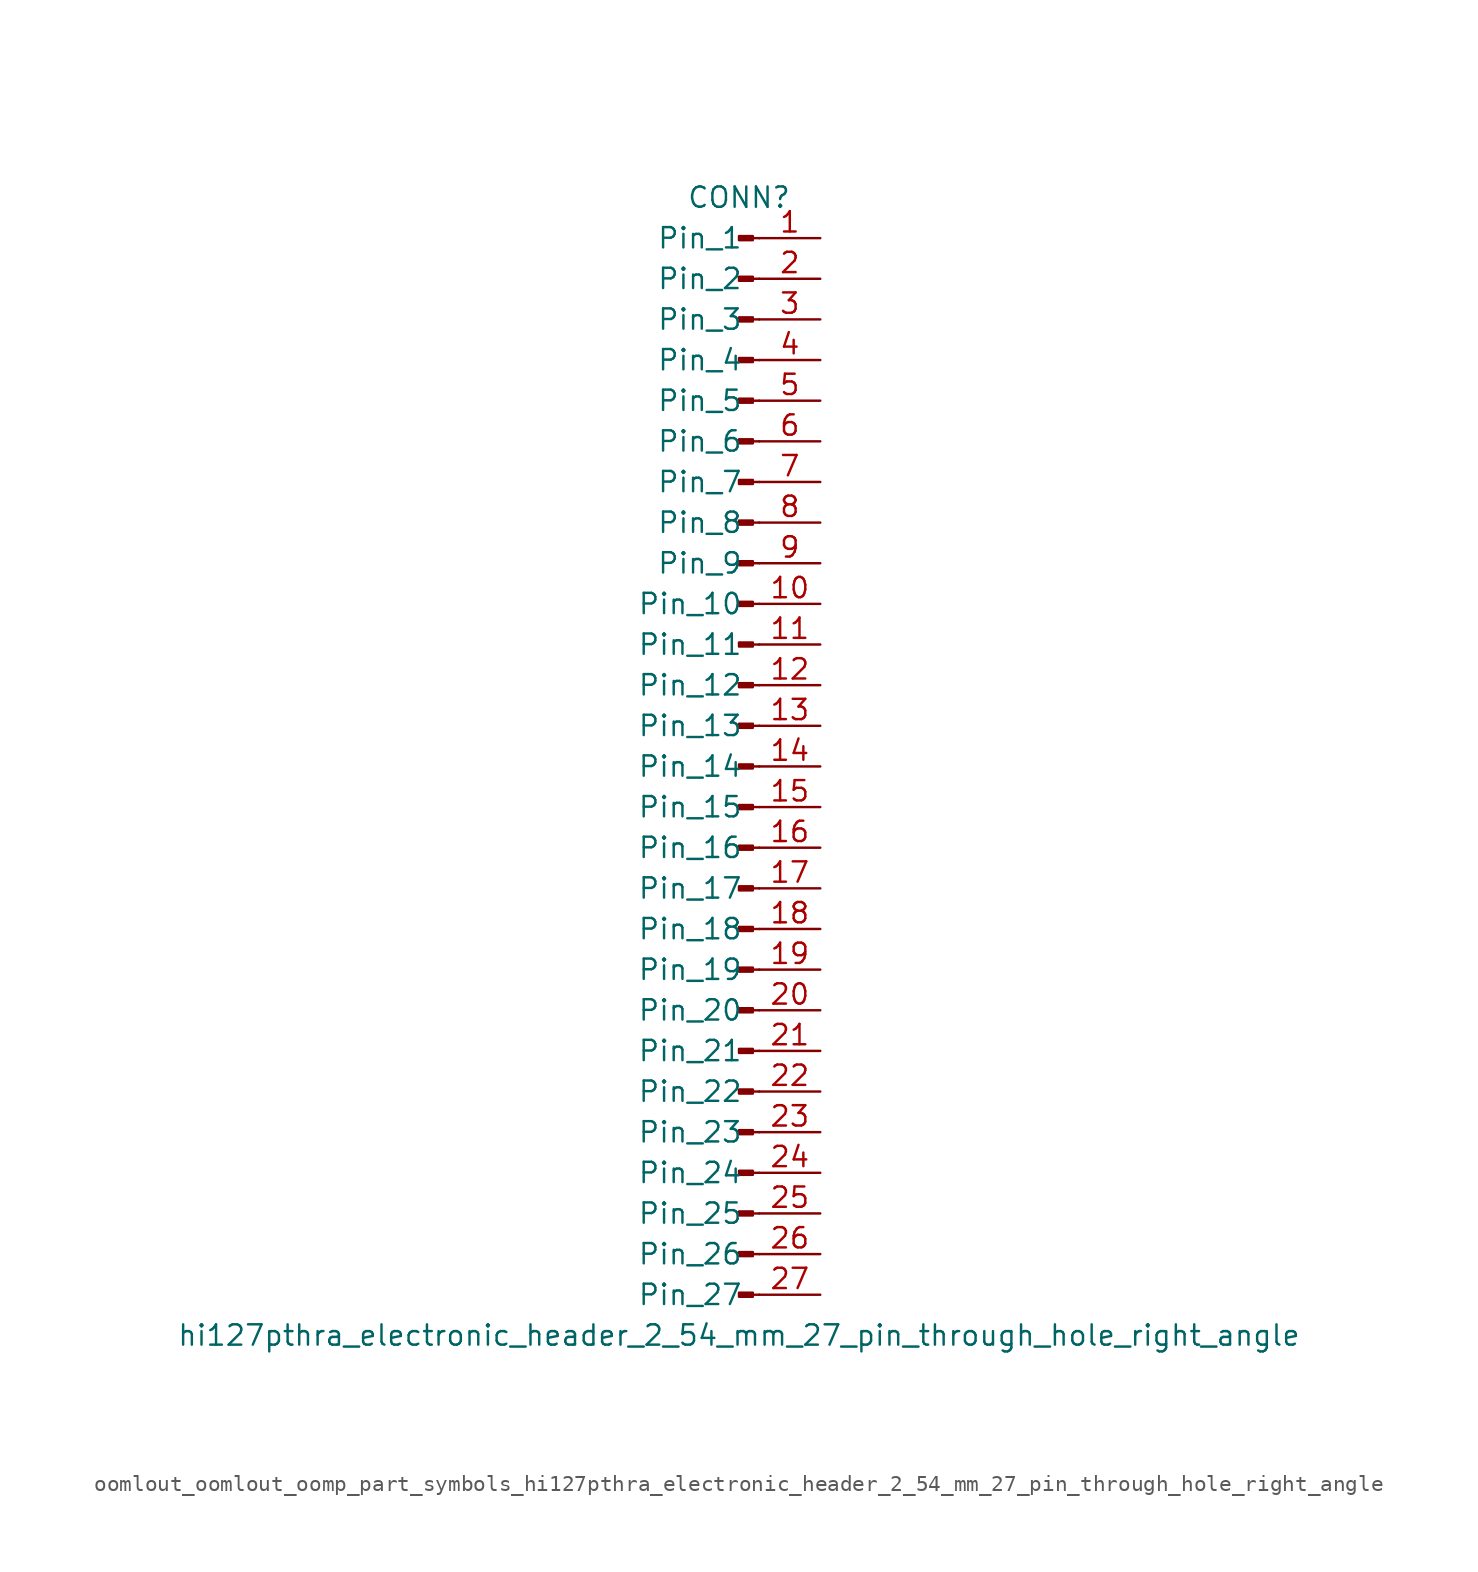
<source format=kicad_sym>
(kicad_symbol_lib
  (version 20220914)
  (generator kicad_symbol_editor)
  (symbol "oomlout_oomlout_oomp_part_symbols_hi127pthra_electronic_header_2_54_mm_27_pin_through_hole_right_angle"
    (pin_names
      (offset 1.016))
    (property "Reference" "CONN"
      (at 0 35.56 0)
      (effects (font (size 1.27 1.27))))
    (property "Value" "hi127pthra_electronic_header_2_54_mm_27_pin_through_hole_right_angle"
      (at 0 -35.56 0)
      (effects (font (size 1.27 1.27))))
    (property "ki_locked" ""
      (at 0 0 0)
      (effects (font (size 1.27 1.27))))
    (symbol "oomlout_oomlout_oomp_part_symbols_hi127pthra_electronic_header_2_54_mm_27_pin_through_hole_right_angle_1_1"
      (polyline (pts (xy 1.27 -33.02) (xy 0.864 -33.02)) (stroke (width 0.152) (type default)) (fill (type none)))
      (polyline (pts (xy 1.27 -30.48) (xy 0.864 -30.48)) (stroke (width 0.152) (type default)) (fill (type none)))
      (polyline (pts (xy 1.27 -27.94) (xy 0.864 -27.94)) (stroke (width 0.152) (type default)) (fill (type none)))
      (polyline (pts (xy 1.27 -25.4) (xy 0.864 -25.4)) (stroke (width 0.152) (type default)) (fill (type none)))
      (polyline (pts (xy 1.27 -22.86) (xy 0.864 -22.86)) (stroke (width 0.152) (type default)) (fill (type none)))
      (polyline (pts (xy 1.27 -20.32) (xy 0.864 -20.32)) (stroke (width 0.152) (type default)) (fill (type none)))
      (polyline (pts (xy 1.27 -17.78) (xy 0.864 -17.78)) (stroke (width 0.152) (type default)) (fill (type none)))
      (polyline (pts (xy 1.27 -15.24) (xy 0.864 -15.24)) (stroke (width 0.152) (type default)) (fill (type none)))
      (polyline (pts (xy 1.27 -12.7) (xy 0.864 -12.7)) (stroke (width 0.152) (type default)) (fill (type none)))
      (polyline (pts (xy 1.27 -10.16) (xy 0.864 -10.16)) (stroke (width 0.152) (type default)) (fill (type none)))
      (polyline (pts (xy 1.27 -7.62) (xy 0.864 -7.62)) (stroke (width 0.152) (type default)) (fill (type none)))
      (polyline (pts (xy 1.27 -5.08) (xy 0.864 -5.08)) (stroke (width 0.152) (type default)) (fill (type none)))
      (polyline (pts (xy 1.27 -2.54) (xy 0.864 -2.54)) (stroke (width 0.152) (type default)) (fill (type none)))
      (polyline (pts (xy 1.27 0) (xy 0.864 0)) (stroke (width 0.152) (type default)) (fill (type none)))
      (polyline (pts (xy 1.27 2.54) (xy 0.864 2.54)) (stroke (width 0.152) (type default)) (fill (type none)))
      (polyline (pts (xy 1.27 5.08) (xy 0.864 5.08)) (stroke (width 0.152) (type default)) (fill (type none)))
      (polyline (pts (xy 1.27 7.62) (xy 0.864 7.62)) (stroke (width 0.152) (type default)) (fill (type none)))
      (polyline (pts (xy 1.27 10.16) (xy 0.864 10.16)) (stroke (width 0.152) (type default)) (fill (type none)))
      (polyline (pts (xy 1.27 12.7) (xy 0.864 12.7)) (stroke (width 0.152) (type default)) (fill (type none)))
      (polyline (pts (xy 1.27 15.24) (xy 0.864 15.24)) (stroke (width 0.152) (type default)) (fill (type none)))
      (polyline (pts (xy 1.27 17.78) (xy 0.864 17.78)) (stroke (width 0.152) (type default)) (fill (type none)))
      (polyline (pts (xy 1.27 20.32) (xy 0.864 20.32)) (stroke (width 0.152) (type default)) (fill (type none)))
      (polyline (pts (xy 1.27 22.86) (xy 0.864 22.86)) (stroke (width 0.152) (type default)) (fill (type none)))
      (polyline (pts (xy 1.27 25.4) (xy 0.864 25.4)) (stroke (width 0.152) (type default)) (fill (type none)))
      (polyline (pts (xy 1.27 27.94) (xy 0.864 27.94)) (stroke (width 0.152) (type default)) (fill (type none)))
      (polyline (pts (xy 1.27 30.48) (xy 0.864 30.48)) (stroke (width 0.152) (type default)) (fill (type none)))
      (polyline (pts (xy 1.27 33.02) (xy 0.864 33.02)) (stroke (width 0.152) (type default)) (fill (type none)))
      (rectangle (start 0.864 -32.893) (end 0 -33.147) (stroke (width 0.152) (type default)) (fill (type outline)))
      (rectangle (start 0.864 -30.353) (end 0 -30.607) (stroke (width 0.152) (type default)) (fill (type outline)))
      (rectangle (start 0.864 -27.813) (end 0 -28.067) (stroke (width 0.152) (type default)) (fill (type outline)))
      (rectangle (start 0.864 -25.273) (end 0 -25.527) (stroke (width 0.152) (type default)) (fill (type outline)))
      (rectangle (start 0.864 -22.733) (end 0 -22.987) (stroke (width 0.152) (type default)) (fill (type outline)))
      (rectangle (start 0.864 -20.193) (end 0 -20.447) (stroke (width 0.152) (type default)) (fill (type outline)))
      (rectangle (start 0.864 -17.653) (end 0 -17.907) (stroke (width 0.152) (type default)) (fill (type outline)))
      (rectangle (start 0.864 -15.113) (end 0 -15.367) (stroke (width 0.152) (type default)) (fill (type outline)))
      (rectangle (start 0.864 -12.573) (end 0 -12.827) (stroke (width 0.152) (type default)) (fill (type outline)))
      (rectangle (start 0.864 -10.033) (end 0 -10.287) (stroke (width 0.152) (type default)) (fill (type outline)))
      (rectangle (start 0.864 -7.493) (end 0 -7.747) (stroke (width 0.152) (type default)) (fill (type outline)))
      (rectangle (start 0.864 -4.953) (end 0 -5.207) (stroke (width 0.152) (type default)) (fill (type outline)))
      (rectangle (start 0.864 -2.413) (end 0 -2.667) (stroke (width 0.152) (type default)) (fill (type outline)))
      (rectangle (start 0.864 0.127) (end 0 -0.127) (stroke (width 0.152) (type default)) (fill (type outline)))
      (rectangle (start 0.864 2.667) (end 0 2.413) (stroke (width 0.152) (type default)) (fill (type outline)))
      (rectangle (start 0.864 5.207) (end 0 4.953) (stroke (width 0.152) (type default)) (fill (type outline)))
      (rectangle (start 0.864 7.747) (end 0 7.493) (stroke (width 0.152) (type default)) (fill (type outline)))
      (rectangle (start 0.864 10.287) (end 0 10.033) (stroke (width 0.152) (type default)) (fill (type outline)))
      (rectangle (start 0.864 12.827) (end 0 12.573) (stroke (width 0.152) (type default)) (fill (type outline)))
      (rectangle (start 0.864 15.367) (end 0 15.113) (stroke (width 0.152) (type default)) (fill (type outline)))
      (rectangle (start 0.864 17.907) (end 0 17.653) (stroke (width 0.152) (type default)) (fill (type outline)))
      (rectangle (start 0.864 20.447) (end 0 20.193) (stroke (width 0.152) (type default)) (fill (type outline)))
      (rectangle (start 0.864 22.987) (end 0 22.733) (stroke (width 0.152) (type default)) (fill (type outline)))
      (rectangle (start 0.864 25.527) (end 0 25.273) (stroke (width 0.152) (type default)) (fill (type outline)))
      (rectangle (start 0.864 28.067) (end 0 27.813) (stroke (width 0.152) (type default)) (fill (type outline)))
      (rectangle (start 0.864 30.607) (end 0 30.353) (stroke (width 0.152) (type default)) (fill (type outline)))
      (rectangle (start 0.864 33.147) (end 0 32.893) (stroke (width 0.152) (type default)) (fill (type outline)))
      (pin passive line (at 5.08 33.02 180) (length 3.81) (name "Pin_1" (effects (font (size 1.27 1.27)))) (number "1" (effects (font (size 1.27 1.27)))))
      (pin passive line (at 5.08 10.16 180) (length 3.81) (name "Pin_10" (effects (font (size 1.27 1.27)))) (number "10" (effects (font (size 1.27 1.27)))))
      (pin passive line (at 5.08 7.62 180) (length 3.81) (name "Pin_11" (effects (font (size 1.27 1.27)))) (number "11" (effects (font (size 1.27 1.27)))))
      (pin passive line (at 5.08 5.08 180) (length 3.81) (name "Pin_12" (effects (font (size 1.27 1.27)))) (number "12" (effects (font (size 1.27 1.27)))))
      (pin passive line (at 5.08 2.54 180) (length 3.81) (name "Pin_13" (effects (font (size 1.27 1.27)))) (number "13" (effects (font (size 1.27 1.27)))))
      (pin passive line (at 5.08 0 180) (length 3.81) (name "Pin_14" (effects (font (size 1.27 1.27)))) (number "14" (effects (font (size 1.27 1.27)))))
      (pin passive line (at 5.08 -2.54 180) (length 3.81) (name "Pin_15" (effects (font (size 1.27 1.27)))) (number "15" (effects (font (size 1.27 1.27)))))
      (pin passive line (at 5.08 -5.08 180) (length 3.81) (name "Pin_16" (effects (font (size 1.27 1.27)))) (number "16" (effects (font (size 1.27 1.27)))))
      (pin passive line (at 5.08 -7.62 180) (length 3.81) (name "Pin_17" (effects (font (size 1.27 1.27)))) (number "17" (effects (font (size 1.27 1.27)))))
      (pin passive line (at 5.08 -10.16 180) (length 3.81) (name "Pin_18" (effects (font (size 1.27 1.27)))) (number "18" (effects (font (size 1.27 1.27)))))
      (pin passive line (at 5.08 -12.7 180) (length 3.81) (name "Pin_19" (effects (font (size 1.27 1.27)))) (number "19" (effects (font (size 1.27 1.27)))))
      (pin passive line (at 5.08 30.48 180) (length 3.81) (name "Pin_2" (effects (font (size 1.27 1.27)))) (number "2" (effects (font (size 1.27 1.27)))))
      (pin passive line (at 5.08 -15.24 180) (length 3.81) (name "Pin_20" (effects (font (size 1.27 1.27)))) (number "20" (effects (font (size 1.27 1.27)))))
      (pin passive line (at 5.08 -17.78 180) (length 3.81) (name "Pin_21" (effects (font (size 1.27 1.27)))) (number "21" (effects (font (size 1.27 1.27)))))
      (pin passive line (at 5.08 -20.32 180) (length 3.81) (name "Pin_22" (effects (font (size 1.27 1.27)))) (number "22" (effects (font (size 1.27 1.27)))))
      (pin passive line (at 5.08 -22.86 180) (length 3.81) (name "Pin_23" (effects (font (size 1.27 1.27)))) (number "23" (effects (font (size 1.27 1.27)))))
      (pin passive line (at 5.08 -25.4 180) (length 3.81) (name "Pin_24" (effects (font (size 1.27 1.27)))) (number "24" (effects (font (size 1.27 1.27)))))
      (pin passive line (at 5.08 -27.94 180) (length 3.81) (name "Pin_25" (effects (font (size 1.27 1.27)))) (number "25" (effects (font (size 1.27 1.27)))))
      (pin passive line (at 5.08 -30.48 180) (length 3.81) (name "Pin_26" (effects (font (size 1.27 1.27)))) (number "26" (effects (font (size 1.27 1.27)))))
      (pin passive line (at 5.08 -33.02 180) (length 3.81) (name "Pin_27" (effects (font (size 1.27 1.27)))) (number "27" (effects (font (size 1.27 1.27)))))
      (pin passive line (at 5.08 27.94 180) (length 3.81) (name "Pin_3" (effects (font (size 1.27 1.27)))) (number "3" (effects (font (size 1.27 1.27)))))
      (pin passive line (at 5.08 25.4 180) (length 3.81) (name "Pin_4" (effects (font (size 1.27 1.27)))) (number "4" (effects (font (size 1.27 1.27)))))
      (pin passive line (at 5.08 22.86 180) (length 3.81) (name "Pin_5" (effects (font (size 1.27 1.27)))) (number "5" (effects (font (size 1.27 1.27)))))
      (pin passive line (at 5.08 20.32 180) (length 3.81) (name "Pin_6" (effects (font (size 1.27 1.27)))) (number "6" (effects (font (size 1.27 1.27)))))
      (pin passive line (at 5.08 17.78 180) (length 3.81) (name "Pin_7" (effects (font (size 1.27 1.27)))) (number "7" (effects (font (size 1.27 1.27)))))
      (pin passive line (at 5.08 15.24 180) (length 3.81) (name "Pin_8" (effects (font (size 1.27 1.27)))) (number "8" (effects (font (size 1.27 1.27)))))
      (pin passive line (at 5.08 12.7 180) (length 3.81) (name "Pin_9" (effects (font (size 1.27 1.27)))) (number "9" (effects (font (size 1.27 1.27))))))))
</source>
